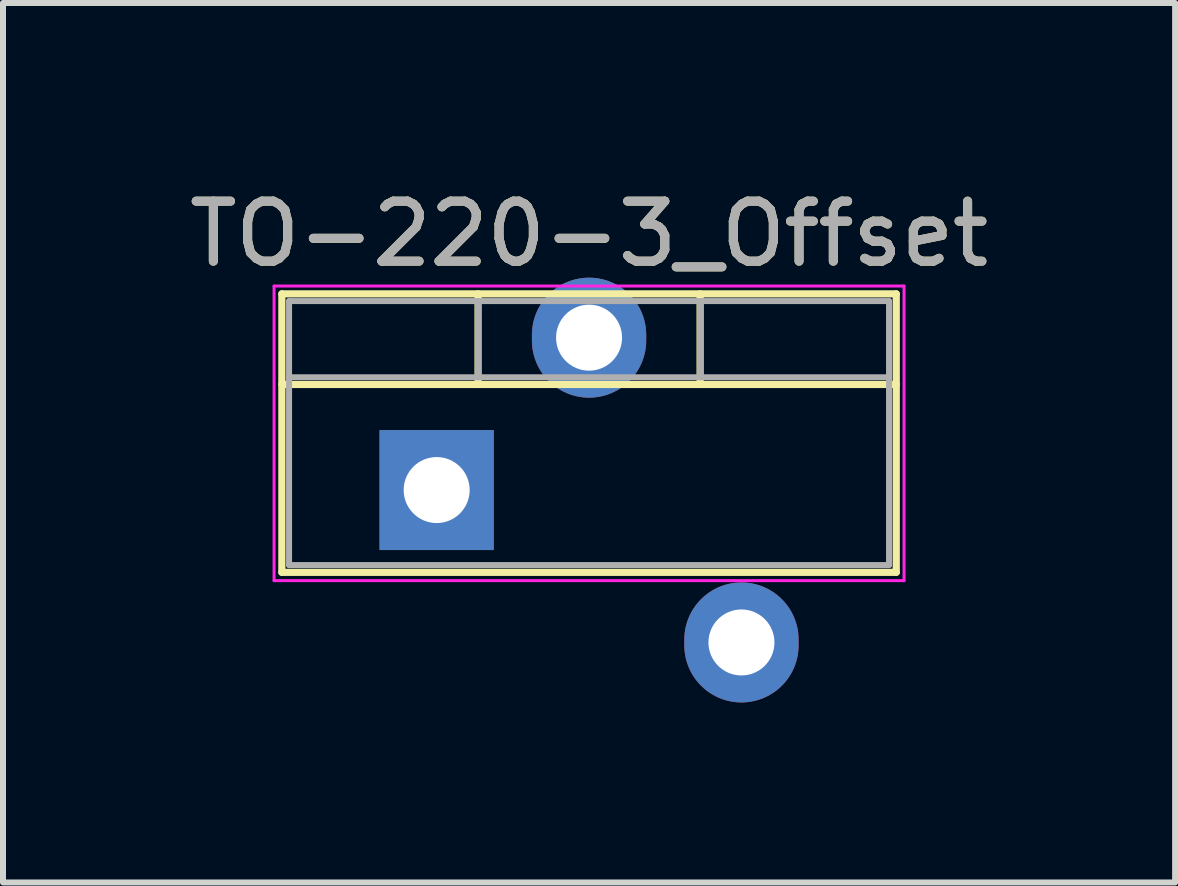
<source format=kicad_pcb>
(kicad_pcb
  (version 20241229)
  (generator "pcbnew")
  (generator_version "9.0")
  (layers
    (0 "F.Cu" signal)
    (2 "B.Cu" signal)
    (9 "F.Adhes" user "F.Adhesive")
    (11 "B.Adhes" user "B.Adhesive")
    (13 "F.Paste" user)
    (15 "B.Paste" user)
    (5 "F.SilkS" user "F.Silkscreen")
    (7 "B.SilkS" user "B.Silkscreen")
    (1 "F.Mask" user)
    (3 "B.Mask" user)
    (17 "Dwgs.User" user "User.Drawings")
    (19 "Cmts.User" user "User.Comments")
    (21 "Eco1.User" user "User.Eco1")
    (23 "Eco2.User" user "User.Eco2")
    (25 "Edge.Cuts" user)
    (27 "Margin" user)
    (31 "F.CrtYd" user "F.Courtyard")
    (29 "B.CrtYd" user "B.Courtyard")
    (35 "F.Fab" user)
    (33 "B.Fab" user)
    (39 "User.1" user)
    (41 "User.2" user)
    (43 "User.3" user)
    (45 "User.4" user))
  (footprint "TO-220-3_Offset"
    (layer "F.Cu")
    (at 4.228 5.118)
    (property "Reference" "TO-220-3_Offset" (at 2.54 -4.27 0) (layer "F.SilkS") (effects (font (size 1 1) (thickness 0.15))))
    (attr through_hole)
    (fp_line (start -2.58 -3.27) (end -2.58 1.371) (stroke (width 0.12) (type solid)) (layer "F.SilkS"))
    (fp_line (start -2.58 -3.27) (end 7.66 -3.27) (stroke (width 0.12) (type solid)) (layer "F.SilkS"))
    (fp_line (start -2.58 -1.76) (end 7.66 -1.76) (stroke (width 0.12) (type solid)) (layer "F.SilkS"))
    (fp_line (start -2.58 1.371) (end 7.66 1.371) (stroke (width 0.12) (type solid)) (layer "F.SilkS"))
    (fp_line (start 0.69 -3.27) (end 0.69 -1.76) (stroke (width 0.12) (type solid)) (layer "F.SilkS"))
    (fp_line (start 4.391 -3.27) (end 4.391 -1.76) (stroke (width 0.12) (type solid)) (layer "F.SilkS"))
    (fp_line (start 7.66 -3.27) (end 7.66 1.371) (stroke (width 0.12) (type solid)) (layer "F.SilkS"))
    (fp_line (start -2.71 -3.4) (end -2.71 1.51) (stroke (width 0.05) (type solid)) (layer "F.CrtYd"))
    (fp_line (start -2.71 1.51) (end 7.79 1.51) (stroke (width 0.05) (type solid)) (layer "F.CrtYd"))
    (fp_line (start 7.79 -3.4) (end -2.71 -3.4) (stroke (width 0.05) (type solid)) (layer "F.CrtYd"))
    (fp_line (start 7.79 1.51) (end 7.79 -3.4) (stroke (width 0.05) (type solid)) (layer "F.CrtYd"))
    (fp_line (start -2.46 -3.15) (end -2.46 1.25) (stroke (width 0.1) (type solid)) (layer "F.Fab"))
    (fp_line (start -2.46 -1.88) (end 7.54 -1.88) (stroke (width 0.1) (type solid)) (layer "F.Fab"))
    (fp_line (start -2.46 1.25) (end 7.54 1.25) (stroke (width 0.1) (type solid)) (layer "F.Fab"))
    (fp_line (start 0.69 -3.15) (end 0.69 -1.88) (stroke (width 0.1) (type solid)) (layer "F.Fab"))
    (fp_line (start 4.39 -3.15) (end 4.39 -1.88) (stroke (width 0.1) (type solid)) (layer "F.Fab"))
    (fp_line (start 7.54 -3.15) (end -2.46 -3.15) (stroke (width 0.1) (type solid)) (layer "F.Fab"))
    (fp_line (start 7.54 1.25) (end 7.54 -3.15) (stroke (width 0.1) (type solid)) (layer "F.Fab"))
    (fp_text user "${REFERENCE}" (at 2.54 -4.27 0) (layer "F.Fab") (effects (font (size 1 1) (thickness 0.15))))
    (pad "1" thru_hole rect (at 0 0) (size 1.905 2) (drill 1.1) (layers "*.Cu" "*.Mask"))
    (pad "2" thru_hole oval (at 2.54 -2.54) (size 1.905 2) (drill 1.1) (layers "*.Cu" "*.Mask"))
    (pad "3" thru_hole oval (at 5.08 2.54) (size 1.905 2) (drill 1.1) (layers "*.Cu" "*.Mask")))
  (gr_rect
    (start -3 -3)
    (end 16.536 11.658)
    (stroke (width 0.1) (type default))
    (fill no)
    (layer "Edge.Cuts")))
</source>
